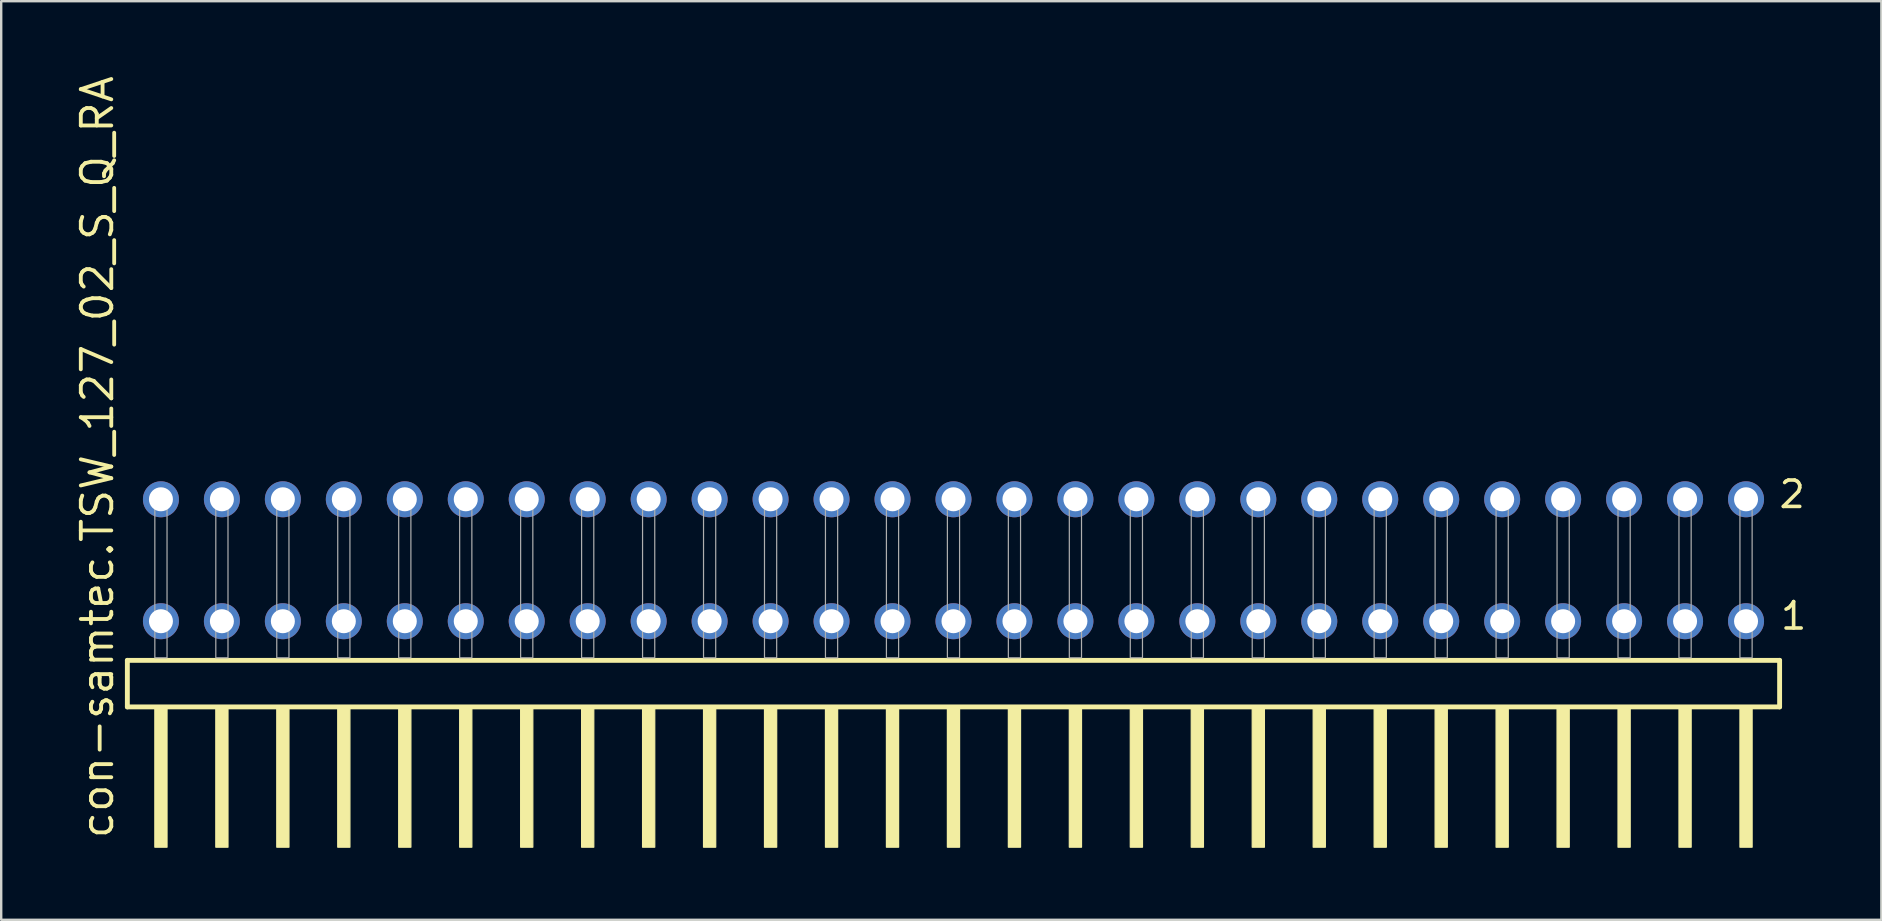
<source format=kicad_pcb>
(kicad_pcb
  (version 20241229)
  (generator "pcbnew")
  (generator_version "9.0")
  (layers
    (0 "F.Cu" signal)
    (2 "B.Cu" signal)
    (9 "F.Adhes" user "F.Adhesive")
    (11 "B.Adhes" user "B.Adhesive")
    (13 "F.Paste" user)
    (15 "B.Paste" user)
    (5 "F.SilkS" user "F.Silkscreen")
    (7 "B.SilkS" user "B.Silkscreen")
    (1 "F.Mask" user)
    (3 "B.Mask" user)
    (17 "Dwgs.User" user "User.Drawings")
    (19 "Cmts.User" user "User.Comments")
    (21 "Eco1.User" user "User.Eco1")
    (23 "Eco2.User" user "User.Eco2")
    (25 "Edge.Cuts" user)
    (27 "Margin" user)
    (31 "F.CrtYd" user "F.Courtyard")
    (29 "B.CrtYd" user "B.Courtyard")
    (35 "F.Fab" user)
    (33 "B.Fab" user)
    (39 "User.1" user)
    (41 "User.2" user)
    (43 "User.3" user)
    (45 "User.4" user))
  (footprint "con-samtec.TSW_127_02_S_Q_RA"
    (layer "F.Cu")
    (at 36.675 24.356)
    (property "Reference" "con-samtec.TSW_127_02_S_Q_RA" (at -34.925 7.62 90) (layer "F.SilkS") (effects (font (size 1.27 1.27) (thickness 0.16)) (justify left bottom)))
    (attr through_hole)
    (fp_line (start -34.419 0.106) (end -34.419 2.046) (stroke (width 0.203) (type default)) (layer "F.SilkS"))
    (fp_line (start -34.419 2.046) (end 34.419 2.046) (stroke (width 0.203) (type default)) (layer "F.SilkS"))
    (fp_line (start 34.419 0.106) (end -34.419 0.106) (stroke (width 0.203) (type default)) (layer "F.SilkS"))
    (fp_line (start 34.419 2.046) (end 34.419 0.106) (stroke (width 0.203) (type default)) (layer "F.SilkS"))
    (fp_rect (start -33.274 7.89) (end -32.766 2.04) (stroke (width 0.05) (type default)) (fill yes) (layer "F.SilkS"))
    (fp_rect (start -30.734 7.89) (end -30.226 2.04) (stroke (width 0.05) (type default)) (fill yes) (layer "F.SilkS"))
    (fp_rect (start -28.194 7.89) (end -27.686 2.04) (stroke (width 0.05) (type default)) (fill yes) (layer "F.SilkS"))
    (fp_rect (start -25.654 7.89) (end -25.146 2.04) (stroke (width 0.05) (type default)) (fill yes) (layer "F.SilkS"))
    (fp_rect (start -23.114 7.89) (end -22.606 2.04) (stroke (width 0.05) (type default)) (fill yes) (layer "F.SilkS"))
    (fp_rect (start -20.574 7.89) (end -20.066 2.04) (stroke (width 0.05) (type default)) (fill yes) (layer "F.SilkS"))
    (fp_rect (start -18.034 7.89) (end -17.526 2.04) (stroke (width 0.05) (type default)) (fill yes) (layer "F.SilkS"))
    (fp_rect (start -15.494 7.89) (end -14.986 2.04) (stroke (width 0.05) (type default)) (fill yes) (layer "F.SilkS"))
    (fp_rect (start -12.954 7.89) (end -12.446 2.04) (stroke (width 0.05) (type default)) (fill yes) (layer "F.SilkS"))
    (fp_rect (start -10.414 7.89) (end -9.906 2.04) (stroke (width 0.05) (type default)) (fill yes) (layer "F.SilkS"))
    (fp_rect (start -7.874 7.89) (end -7.366 2.04) (stroke (width 0.05) (type default)) (fill yes) (layer "F.SilkS"))
    (fp_rect (start -5.334 7.89) (end -4.826 2.04) (stroke (width 0.05) (type default)) (fill yes) (layer "F.SilkS"))
    (fp_rect (start -2.794 7.89) (end -2.286 2.04) (stroke (width 0.05) (type default)) (fill yes) (layer "F.SilkS"))
    (fp_rect (start -0.254 7.89) (end 0.254 2.04) (stroke (width 0.05) (type default)) (fill yes) (layer "F.SilkS"))
    (fp_rect (start 2.286 7.89) (end 2.794 2.04) (stroke (width 0.05) (type default)) (fill yes) (layer "F.SilkS"))
    (fp_rect (start 4.826 7.89) (end 5.334 2.04) (stroke (width 0.05) (type default)) (fill yes) (layer "F.SilkS"))
    (fp_rect (start 7.366 7.89) (end 7.874 2.04) (stroke (width 0.05) (type default)) (fill yes) (layer "F.SilkS"))
    (fp_rect (start 9.906 7.89) (end 10.414 2.04) (stroke (width 0.05) (type default)) (fill yes) (layer "F.SilkS"))
    (fp_rect (start 12.446 7.89) (end 12.954 2.04) (stroke (width 0.05) (type default)) (fill yes) (layer "F.SilkS"))
    (fp_rect (start 14.986 7.89) (end 15.494 2.04) (stroke (width 0.05) (type default)) (fill yes) (layer "F.SilkS"))
    (fp_rect (start 17.526 7.89) (end 18.034 2.04) (stroke (width 0.05) (type default)) (fill yes) (layer "F.SilkS"))
    (fp_rect (start 20.066 7.89) (end 20.574 2.04) (stroke (width 0.05) (type default)) (fill yes) (layer "F.SilkS"))
    (fp_rect (start 22.606 7.89) (end 23.114 2.04) (stroke (width 0.05) (type default)) (fill yes) (layer "F.SilkS"))
    (fp_rect (start 25.146 7.89) (end 25.654 2.04) (stroke (width 0.05) (type default)) (fill yes) (layer "F.SilkS"))
    (fp_rect (start 27.686 7.89) (end 28.194 2.04) (stroke (width 0.05) (type default)) (fill yes) (layer "F.SilkS"))
    (fp_rect (start 30.226 7.89) (end 30.734 2.04) (stroke (width 0.05) (type default)) (fill yes) (layer "F.SilkS"))
    (fp_rect (start 32.766 7.89) (end 33.274 2.04) (stroke (width 0.05) (type default)) (fill yes) (layer "F.SilkS"))
    (fp_rect (start -33.274 0) (end -32.766 -6.858) (stroke (width 0.05) (type default)) (fill no) (layer "F.Fab"))
    (fp_rect (start -30.734 0) (end -30.226 -6.858) (stroke (width 0.05) (type default)) (fill no) (layer "F.Fab"))
    (fp_rect (start -28.194 0) (end -27.686 -6.858) (stroke (width 0.05) (type default)) (fill no) (layer "F.Fab"))
    (fp_rect (start -25.654 0) (end -25.146 -6.858) (stroke (width 0.05) (type default)) (fill no) (layer "F.Fab"))
    (fp_rect (start -23.114 0) (end -22.606 -6.858) (stroke (width 0.05) (type default)) (fill no) (layer "F.Fab"))
    (fp_rect (start -20.574 0) (end -20.066 -6.858) (stroke (width 0.05) (type default)) (fill no) (layer "F.Fab"))
    (fp_rect (start -18.034 0) (end -17.526 -6.858) (stroke (width 0.05) (type default)) (fill no) (layer "F.Fab"))
    (fp_rect (start -15.494 0) (end -14.986 -6.858) (stroke (width 0.05) (type default)) (fill no) (layer "F.Fab"))
    (fp_rect (start -12.954 0) (end -12.446 -6.858) (stroke (width 0.05) (type default)) (fill no) (layer "F.Fab"))
    (fp_rect (start -10.414 0) (end -9.906 -6.858) (stroke (width 0.05) (type default)) (fill no) (layer "F.Fab"))
    (fp_rect (start -7.874 0) (end -7.366 -6.858) (stroke (width 0.05) (type default)) (fill no) (layer "F.Fab"))
    (fp_rect (start -5.334 0) (end -4.826 -6.858) (stroke (width 0.05) (type default)) (fill no) (layer "F.Fab"))
    (fp_rect (start -2.794 0) (end -2.286 -6.858) (stroke (width 0.05) (type default)) (fill no) (layer "F.Fab"))
    (fp_rect (start -0.254 0) (end 0.254 -6.858) (stroke (width 0.05) (type default)) (fill no) (layer "F.Fab"))
    (fp_rect (start 2.286 0) (end 2.794 -6.858) (stroke (width 0.05) (type default)) (fill no) (layer "F.Fab"))
    (fp_rect (start 4.826 0) (end 5.334 -6.858) (stroke (width 0.05) (type default)) (fill no) (layer "F.Fab"))
    (fp_rect (start 7.366 0) (end 7.874 -6.858) (stroke (width 0.05) (type default)) (fill no) (layer "F.Fab"))
    (fp_rect (start 9.906 0) (end 10.414 -6.858) (stroke (width 0.05) (type default)) (fill no) (layer "F.Fab"))
    (fp_rect (start 12.446 0) (end 12.954 -6.858) (stroke (width 0.05) (type default)) (fill no) (layer "F.Fab"))
    (fp_rect (start 14.986 0) (end 15.494 -6.858) (stroke (width 0.05) (type default)) (fill no) (layer "F.Fab"))
    (fp_rect (start 17.526 0) (end 18.034 -6.858) (stroke (width 0.05) (type default)) (fill no) (layer "F.Fab"))
    (fp_rect (start 20.066 0) (end 20.574 -6.858) (stroke (width 0.05) (type default)) (fill no) (layer "F.Fab"))
    (fp_rect (start 22.606 0) (end 23.114 -6.858) (stroke (width 0.05) (type default)) (fill no) (layer "F.Fab"))
    (fp_rect (start 25.146 0) (end 25.654 -6.858) (stroke (width 0.05) (type default)) (fill no) (layer "F.Fab"))
    (fp_rect (start 27.686 0) (end 28.194 -6.858) (stroke (width 0.05) (type default)) (fill no) (layer "F.Fab"))
    (fp_rect (start 30.226 0) (end 30.734 -6.858) (stroke (width 0.05) (type default)) (fill no) (layer "F.Fab"))
    (fp_rect (start 32.766 0) (end 33.274 -6.858) (stroke (width 0.05) (type default)) (fill no) (layer "F.Fab"))
    (fp_text user "1" (at 34.38 -1.1 0) (layer "F.SilkS") (effects (font (size 1.1 1.1) (thickness 0.15)) (justify left bottom)))
    (fp_text user "2" (at 34.32 -6.165 0) (layer "F.SilkS") (effects (font (size 1.1 1.1) (thickness 0.15)) (justify left bottom)))
    (pad "1" thru_hole circle (at 33.02 -1.524 180) (size 1.5 1.5) (drill 1) (layers "*.Cu" "*.Mask"))
    (pad "2" thru_hole circle (at 33.02 -6.604 180) (size 1.5 1.5) (drill 1) (layers "*.Cu" "*.Mask"))
    (pad "3" thru_hole circle (at 30.48 -1.524 180) (size 1.5 1.5) (drill 1) (layers "*.Cu" "*.Mask"))
    (pad "4" thru_hole circle (at 30.48 -6.604 180) (size 1.5 1.5) (drill 1) (layers "*.Cu" "*.Mask"))
    (pad "5" thru_hole circle (at 27.94 -1.524 180) (size 1.5 1.5) (drill 1) (layers "*.Cu" "*.Mask"))
    (pad "6" thru_hole circle (at 27.94 -6.604 180) (size 1.5 1.5) (drill 1) (layers "*.Cu" "*.Mask"))
    (pad "7" thru_hole circle (at 25.4 -1.524 180) (size 1.5 1.5) (drill 1) (layers "*.Cu" "*.Mask"))
    (pad "8" thru_hole circle (at 25.4 -6.604 180) (size 1.5 1.5) (drill 1) (layers "*.Cu" "*.Mask"))
    (pad "9" thru_hole circle (at 22.86 -1.524 180) (size 1.5 1.5) (drill 1) (layers "*.Cu" "*.Mask"))
    (pad "10" thru_hole circle (at 22.86 -6.604 180) (size 1.5 1.5) (drill 1) (layers "*.Cu" "*.Mask"))
    (pad "11" thru_hole circle (at 20.32 -1.524 180) (size 1.5 1.5) (drill 1) (layers "*.Cu" "*.Mask"))
    (pad "12" thru_hole circle (at 20.32 -6.604 180) (size 1.5 1.5) (drill 1) (layers "*.Cu" "*.Mask"))
    (pad "13" thru_hole circle (at 17.78 -1.524 180) (size 1.5 1.5) (drill 1) (layers "*.Cu" "*.Mask"))
    (pad "14" thru_hole circle (at 17.78 -6.604 180) (size 1.5 1.5) (drill 1) (layers "*.Cu" "*.Mask"))
    (pad "15" thru_hole circle (at 15.24 -1.524 180) (size 1.5 1.5) (drill 1) (layers "*.Cu" "*.Mask"))
    (pad "16" thru_hole circle (at 15.24 -6.604 180) (size 1.5 1.5) (drill 1) (layers "*.Cu" "*.Mask"))
    (pad "17" thru_hole circle (at 12.7 -1.524 180) (size 1.5 1.5) (drill 1) (layers "*.Cu" "*.Mask"))
    (pad "18" thru_hole circle (at 12.7 -6.604 180) (size 1.5 1.5) (drill 1) (layers "*.Cu" "*.Mask"))
    (pad "19" thru_hole circle (at 10.16 -1.524 180) (size 1.5 1.5) (drill 1) (layers "*.Cu" "*.Mask"))
    (pad "20" thru_hole circle (at 10.16 -6.604 180) (size 1.5 1.5) (drill 1) (layers "*.Cu" "*.Mask"))
    (pad "21" thru_hole circle (at 7.62 -1.524 180) (size 1.5 1.5) (drill 1) (layers "*.Cu" "*.Mask"))
    (pad "22" thru_hole circle (at 7.62 -6.604 180) (size 1.5 1.5) (drill 1) (layers "*.Cu" "*.Mask"))
    (pad "23" thru_hole circle (at 5.08 -1.524 180) (size 1.5 1.5) (drill 1) (layers "*.Cu" "*.Mask"))
    (pad "24" thru_hole circle (at 5.08 -6.604 180) (size 1.5 1.5) (drill 1) (layers "*.Cu" "*.Mask"))
    (pad "25" thru_hole circle (at 2.54 -1.524 180) (size 1.5 1.5) (drill 1) (layers "*.Cu" "*.Mask"))
    (pad "26" thru_hole circle (at 2.54 -6.604 180) (size 1.5 1.5) (drill 1) (layers "*.Cu" "*.Mask"))
    (pad "27" thru_hole circle (at 0 -1.524 180) (size 1.5 1.5) (drill 1) (layers "*.Cu" "*.Mask"))
    (pad "28" thru_hole circle (at 0 -6.604 180) (size 1.5 1.5) (drill 1) (layers "*.Cu" "*.Mask"))
    (pad "29" thru_hole circle (at -2.54 -1.524 180) (size 1.5 1.5) (drill 1) (layers "*.Cu" "*.Mask"))
    (pad "30" thru_hole circle (at -2.54 -6.604 180) (size 1.5 1.5) (drill 1) (layers "*.Cu" "*.Mask"))
    (pad "31" thru_hole circle (at -5.08 -1.524 180) (size 1.5 1.5) (drill 1) (layers "*.Cu" "*.Mask"))
    (pad "32" thru_hole circle (at -5.08 -6.604 180) (size 1.5 1.5) (drill 1) (layers "*.Cu" "*.Mask"))
    (pad "33" thru_hole circle (at -7.62 -1.524 180) (size 1.5 1.5) (drill 1) (layers "*.Cu" "*.Mask"))
    (pad "34" thru_hole circle (at -7.62 -6.604 180) (size 1.5 1.5) (drill 1) (layers "*.Cu" "*.Mask"))
    (pad "35" thru_hole circle (at -10.16 -1.524 180) (size 1.5 1.5) (drill 1) (layers "*.Cu" "*.Mask"))
    (pad "36" thru_hole circle (at -10.16 -6.604 180) (size 1.5 1.5) (drill 1) (layers "*.Cu" "*.Mask"))
    (pad "37" thru_hole circle (at -12.7 -1.524 180) (size 1.5 1.5) (drill 1) (layers "*.Cu" "*.Mask"))
    (pad "38" thru_hole circle (at -12.7 -6.604 180) (size 1.5 1.5) (drill 1) (layers "*.Cu" "*.Mask"))
    (pad "39" thru_hole circle (at -15.24 -1.524 180) (size 1.5 1.5) (drill 1) (layers "*.Cu" "*.Mask"))
    (pad "40" thru_hole circle (at -15.24 -6.604 180) (size 1.5 1.5) (drill 1) (layers "*.Cu" "*.Mask"))
    (pad "41" thru_hole circle (at -17.78 -1.524 180) (size 1.5 1.5) (drill 1) (layers "*.Cu" "*.Mask"))
    (pad "42" thru_hole circle (at -17.78 -6.604 180) (size 1.5 1.5) (drill 1) (layers "*.Cu" "*.Mask"))
    (pad "43" thru_hole circle (at -20.32 -1.524 180) (size 1.5 1.5) (drill 1) (layers "*.Cu" "*.Mask"))
    (pad "44" thru_hole circle (at -20.32 -6.604 180) (size 1.5 1.5) (drill 1) (layers "*.Cu" "*.Mask"))
    (pad "45" thru_hole circle (at -22.86 -1.524 180) (size 1.5 1.5) (drill 1) (layers "*.Cu" "*.Mask"))
    (pad "46" thru_hole circle (at -22.86 -6.604 180) (size 1.5 1.5) (drill 1) (layers "*.Cu" "*.Mask"))
    (pad "47" thru_hole circle (at -25.4 -1.524 180) (size 1.5 1.5) (drill 1) (layers "*.Cu" "*.Mask"))
    (pad "48" thru_hole circle (at -25.4 -6.604 180) (size 1.5 1.5) (drill 1) (layers "*.Cu" "*.Mask"))
    (pad "49" thru_hole circle (at -27.94 -1.524 180) (size 1.5 1.5) (drill 1) (layers "*.Cu" "*.Mask"))
    (pad "50" thru_hole circle (at -27.94 -6.604 180) (size 1.5 1.5) (drill 1) (layers "*.Cu" "*.Mask"))
    (pad "51" thru_hole circle (at -30.48 -1.524 180) (size 1.5 1.5) (drill 1) (layers "*.Cu" "*.Mask"))
    (pad "52" thru_hole circle (at -30.48 -6.604 180) (size 1.5 1.5) (drill 1) (layers "*.Cu" "*.Mask"))
    (pad "53" thru_hole circle (at -33.02 -1.524 180) (size 1.5 1.5) (drill 1) (layers "*.Cu" "*.Mask"))
    (pad "54" thru_hole circle (at -33.02 -6.604 180) (size 1.5 1.5) (drill 1) (layers "*.Cu" "*.Mask")))
  (gr_rect
    (start -3 -3)
    (end 75.333 35.271)
    (stroke (width 0.1) (type default))
    (fill no)
    (layer "Edge.Cuts")))
</source>
